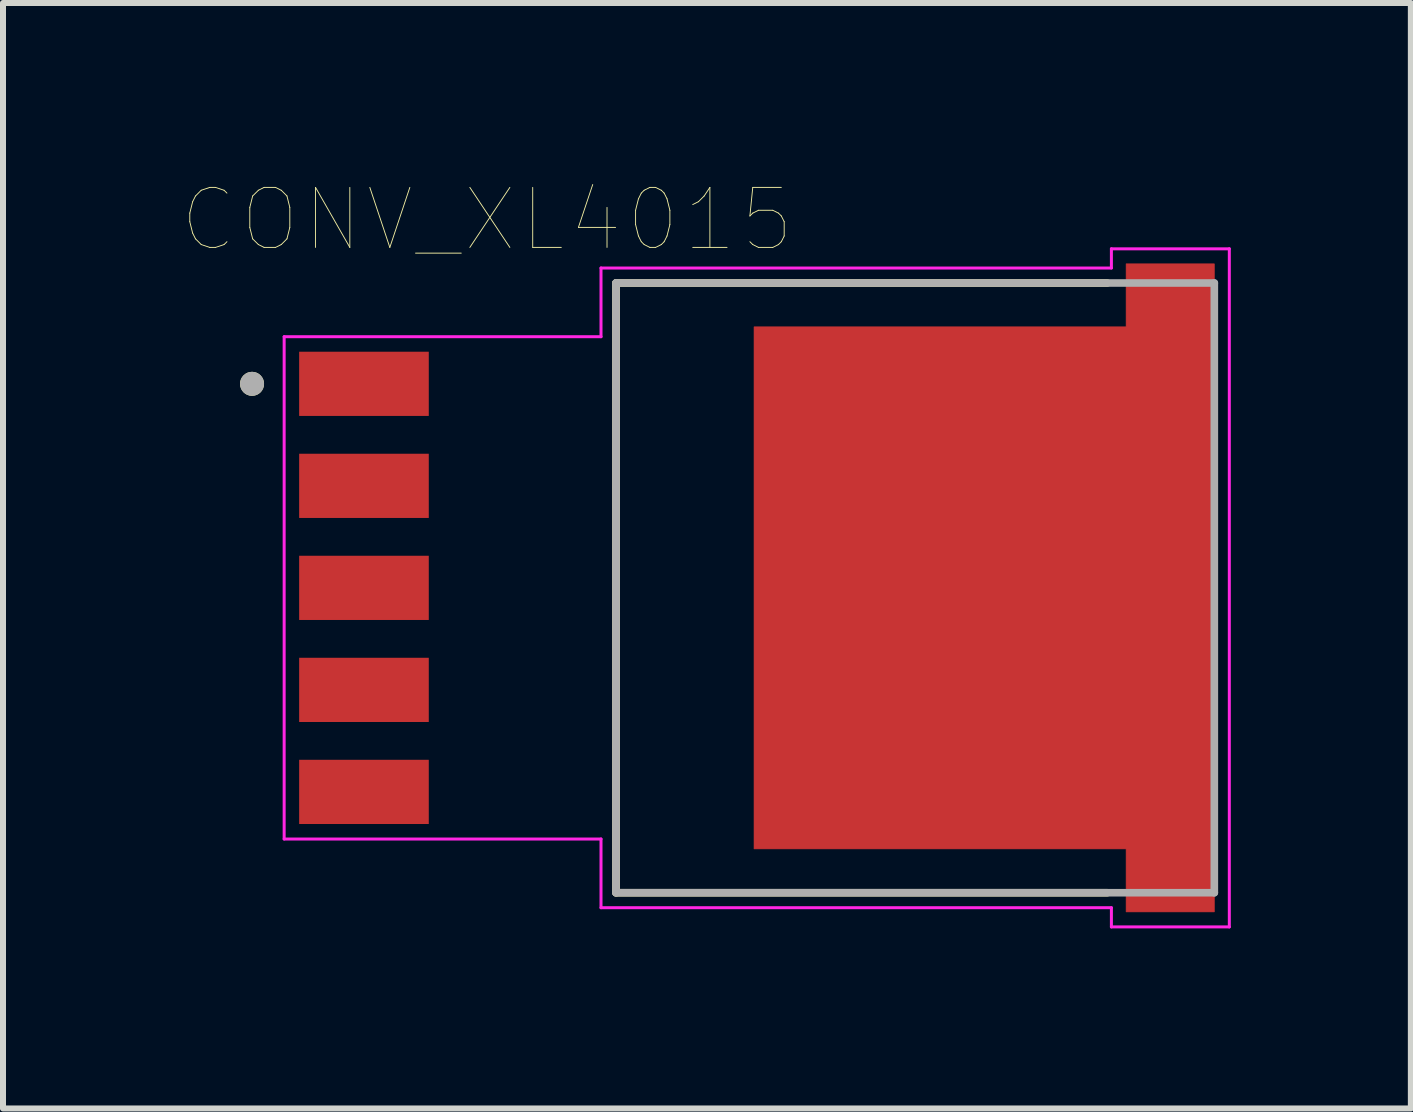
<source format=kicad_pcb>
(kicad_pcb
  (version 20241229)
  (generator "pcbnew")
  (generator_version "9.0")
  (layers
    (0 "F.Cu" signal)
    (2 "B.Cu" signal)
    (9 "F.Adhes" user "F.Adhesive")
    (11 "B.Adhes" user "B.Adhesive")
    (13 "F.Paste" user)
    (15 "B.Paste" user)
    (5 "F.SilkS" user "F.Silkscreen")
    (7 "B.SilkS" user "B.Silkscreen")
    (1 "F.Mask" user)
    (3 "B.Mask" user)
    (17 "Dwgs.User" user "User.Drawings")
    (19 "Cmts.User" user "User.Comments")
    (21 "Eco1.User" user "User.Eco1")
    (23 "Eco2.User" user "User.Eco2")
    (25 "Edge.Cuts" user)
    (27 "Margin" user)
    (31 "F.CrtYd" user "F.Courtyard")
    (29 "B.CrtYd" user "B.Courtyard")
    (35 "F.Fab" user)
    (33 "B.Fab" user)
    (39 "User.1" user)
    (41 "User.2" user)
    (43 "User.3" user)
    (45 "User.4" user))
  (footprint "CONV_XL4015"
    (layer "F.Cu")
    (at 13.35 6.746)
    (property "Reference" "CONV_XL4015" (at -8.285 -6.135 0) (layer "F.SilkS") (effects (font (size 1 1) (thickness 0.015))))
    (attr through_hole)
    (fp_poly (pts (xy 3.835 -5.4) (xy 2.365 -5.4) (xy 2.365 -4.35) (xy -3.835 -4.35) (xy -3.835 4.35) (xy 2.365 4.35) (xy 2.365 5.4) (xy 3.835 5.4)) (stroke (width 0.01) (type solid)) (fill yes) (layer "F.Cu"))
    (fp_poly (pts (xy 3.935 -5.5) (xy 2.265 -5.5) (xy 2.265 -4.45) (xy -3.935 -4.45) (xy -3.935 4.45) (xy 2.265 4.45) (xy 2.265 5.5) (xy 3.935 5.5)) (stroke (width 0.01) (type solid)) (fill yes) (layer "F.Mask"))
    (fp_line (start -6.135 -5.08) (end 2.05 -5.08) (stroke (width 0.127) (type solid)) (layer "F.SilkS"))
    (fp_line (start -6.135 5.08) (end -6.135 -5.08) (stroke (width 0.127) (type solid)) (layer "F.SilkS"))
    (fp_line (start 2.05 5.08) (end -6.135 5.08) (stroke (width 0.127) (type solid)) (layer "F.SilkS"))
    (fp_circle (center -12.2 -3.4) (end -12.1 -3.4) (stroke (width 0.2) (type solid)) (fill no) (layer "F.SilkS"))
    (fp_poly (pts (xy -3.2 -3.48) (xy -0.6 -3.48) (xy -0.6 -0.88) (xy -3.2 -0.88)) (stroke (width 0.01) (type solid)) (fill yes) (layer "F.Paste"))
    (fp_poly (pts (xy -3.2 0.88) (xy -0.6 0.88) (xy -0.6 3.48) (xy -3.2 3.48)) (stroke (width 0.01) (type solid)) (fill yes) (layer "F.Paste"))
    (fp_poly (pts (xy 0.6 -3.48) (xy 3.2 -3.48) (xy 3.2 -0.88) (xy 0.6 -0.88)) (stroke (width 0.01) (type solid)) (fill yes) (layer "F.Paste"))
    (fp_poly (pts (xy 0.6 0.88) (xy 3.2 0.88) (xy 3.2 3.48) (xy 0.6 3.48)) (stroke (width 0.01) (type solid)) (fill yes) (layer "F.Paste"))
    (fp_line (start -11.665 -4.185) (end -11.665 4.185) (stroke (width 0.05) (type solid)) (layer "F.CrtYd"))
    (fp_line (start -11.665 4.185) (end -6.385 4.185) (stroke (width 0.05) (type solid)) (layer "F.CrtYd"))
    (fp_line (start -6.385 -5.33) (end -6.385 -4.185) (stroke (width 0.05) (type solid)) (layer "F.CrtYd"))
    (fp_line (start -6.385 -4.185) (end -11.665 -4.185) (stroke (width 0.05) (type solid)) (layer "F.CrtYd"))
    (fp_line (start -6.385 4.185) (end -6.385 5.33) (stroke (width 0.05) (type solid)) (layer "F.CrtYd"))
    (fp_line (start -6.385 5.33) (end 2.12 5.33) (stroke (width 0.05) (type solid)) (layer "F.CrtYd"))
    (fp_line (start 2.12 -5.33) (end -6.385 -5.33) (stroke (width 0.05) (type solid)) (layer "F.CrtYd"))
    (fp_line (start 2.12 -5.33) (end 2.12 -5.65) (stroke (width 0.05) (type solid)) (layer "F.CrtYd"))
    (fp_line (start 2.12 5.65) (end 2.12 5.33) (stroke (width 0.05) (type solid)) (layer "F.CrtYd"))
    (fp_line (start 4.085 -5.65) (end 2.12 -5.65) (stroke (width 0.05) (type solid)) (layer "F.CrtYd"))
    (fp_line (start 4.085 -5.65) (end 4.085 5.65) (stroke (width 0.05) (type solid)) (layer "F.CrtYd"))
    (fp_line (start 4.085 5.65) (end 2.12 5.65) (stroke (width 0.05) (type solid)) (layer "F.CrtYd"))
    (fp_line (start -6.135 -5.08) (end 3.835 -5.08) (stroke (width 0.127) (type solid)) (layer "F.Fab"))
    (fp_line (start -6.135 5.08) (end -6.135 -5.08) (stroke (width 0.127) (type solid)) (layer "F.Fab"))
    (fp_line (start 3.835 -5.08) (end 3.835 5.08) (stroke (width 0.127) (type solid)) (layer "F.Fab"))
    (fp_line (start 3.835 5.08) (end -6.135 5.08) (stroke (width 0.127) (type solid)) (layer "F.Fab"))
    (fp_circle (center -12.2 -3.4) (end -12.1 -3.4) (stroke (width 0.2) (type solid)) (fill no) (layer "F.Fab"))
    (pad "1" smd rect (at -10.335 -3.4) (size 2.16 1.07) (layers "F.Cu" "F.Mask" "F.Paste"))
    (pad "2" smd rect (at -10.335 -1.7) (size 2.16 1.07) (layers "F.Cu" "F.Mask" "F.Paste"))
    (pad "3" smd rect (at -10.335 0) (size 2.16 1.07) (layers "F.Cu" "F.Mask" "F.Paste"))
    (pad "4" smd rect (at -10.335 1.7) (size 2.16 1.07) (layers "F.Cu" "F.Mask" "F.Paste"))
    (pad "5" smd rect (at -10.335 3.4) (size 2.16 1.07) (layers "F.Cu" "F.Mask" "F.Paste"))
    (pad "6" smd rect (at 0 0) (size 1.27 0.635) (layers "F.Cu")))
  (gr_rect
    (start -3 -3)
    (end 20.46 15.421)
    (stroke (width 0.1) (type default))
    (fill no)
    (layer "Edge.Cuts")))
</source>
